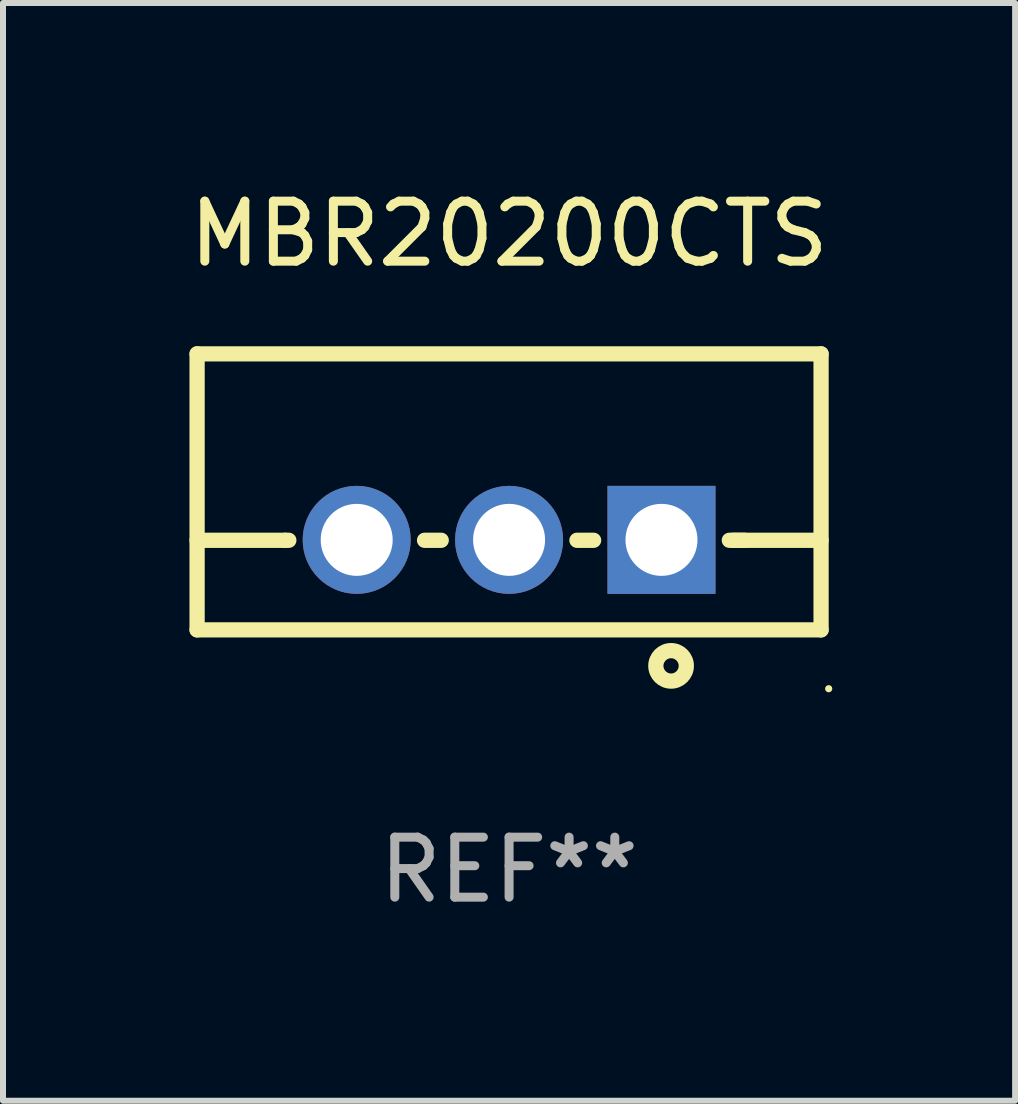
<source format=kicad_pcb>
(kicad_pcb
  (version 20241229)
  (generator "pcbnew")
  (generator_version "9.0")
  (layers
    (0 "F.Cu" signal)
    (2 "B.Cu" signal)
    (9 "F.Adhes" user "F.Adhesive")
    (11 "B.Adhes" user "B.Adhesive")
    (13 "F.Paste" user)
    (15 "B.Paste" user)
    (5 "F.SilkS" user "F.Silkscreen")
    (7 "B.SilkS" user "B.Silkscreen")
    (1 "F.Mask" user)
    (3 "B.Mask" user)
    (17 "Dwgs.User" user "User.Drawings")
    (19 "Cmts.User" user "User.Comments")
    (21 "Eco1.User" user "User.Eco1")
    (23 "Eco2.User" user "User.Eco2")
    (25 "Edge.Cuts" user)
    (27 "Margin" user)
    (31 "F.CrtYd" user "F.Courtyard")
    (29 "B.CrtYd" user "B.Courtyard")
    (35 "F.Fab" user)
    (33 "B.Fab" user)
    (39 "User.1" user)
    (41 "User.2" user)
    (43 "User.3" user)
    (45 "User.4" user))
  (footprint "MBR20200CTS"
    (layer "F.Cu")
    (at 5.435 5.148)
    (property "Reference" "MBR20200CTS" (at 0 -4.3 0) (layer "F.SilkS") (effects (font (size 1 1) (thickness 0.15))))
    (attr through_hole)
    (fp_line (start -5.2 -2.3) (end -5.2 2.3) (stroke (width 0.254) (type solid)) (layer "F.SilkS"))
    (fp_line (start -5.2 -2.3) (end 5.2 -2.3) (stroke (width 0.254) (type solid)) (layer "F.SilkS"))
    (fp_line (start -5.2 0.807) (end -3.731 0.807) (stroke (width 0.254) (type solid)) (layer "F.SilkS"))
    (fp_line (start -5.2 2.3) (end 5.2 2.3) (stroke (width 0.254) (type solid)) (layer "F.SilkS"))
    (fp_line (start -3.731 0.807) (end -3.671 0.807) (stroke (width 0.254) (type solid)) (layer "F.SilkS"))
    (fp_line (start -1.409 0.807) (end -1.131 0.807) (stroke (width 0.254) (type solid)) (layer "F.SilkS"))
    (fp_line (start 1.131 0.807) (end 1.409 0.807) (stroke (width 0.254) (type solid)) (layer "F.SilkS"))
    (fp_line (start 3.671 0.807) (end 3.926 0.807) (stroke (width 0.254) (type solid)) (layer "F.SilkS"))
    (fp_line (start 3.731 0.807) (end 5.2 0.807) (stroke (width 0.254) (type solid)) (layer "F.SilkS"))
    (fp_line (start 5.2 -2.3) (end 5.2 2.3) (stroke (width 0.254) (type solid)) (layer "F.SilkS"))
    (fp_circle (center 2.7 2.9) (end 2.954 2.9) (stroke (width 0.254) (type solid)) (fill no) (layer "F.SilkS"))
    (fp_circle (center 5.327 3.281) (end 5.357 3.281) (stroke (width 0.06) (type solid)) (fill no) (layer "F.SilkS"))
    (fp_text user "REF**" (at 0 6.3 0) (layer "F.Fab") (effects (font (size 1 1) (thickness 0.15))))
    (pad "1" thru_hole rect (at 2.54 0.8) (size 1.8 1.8) (drill 1.2) (layers "*.Cu" "*.Mask"))
    (pad "2" thru_hole circle (at 0 0.8) (size 1.8 1.8) (drill 1.2) (layers "*.Cu" "*.Mask"))
    (pad "3" thru_hole circle (at -2.54 0.8) (size 1.8 1.8) (drill 1.2) (layers "*.Cu" "*.Mask")))
  (gr_rect
    (start -3 -3)
    (end 13.869 15.296)
    (stroke (width 0.1) (type default))
    (fill no)
    (layer "Edge.Cuts")))
</source>
